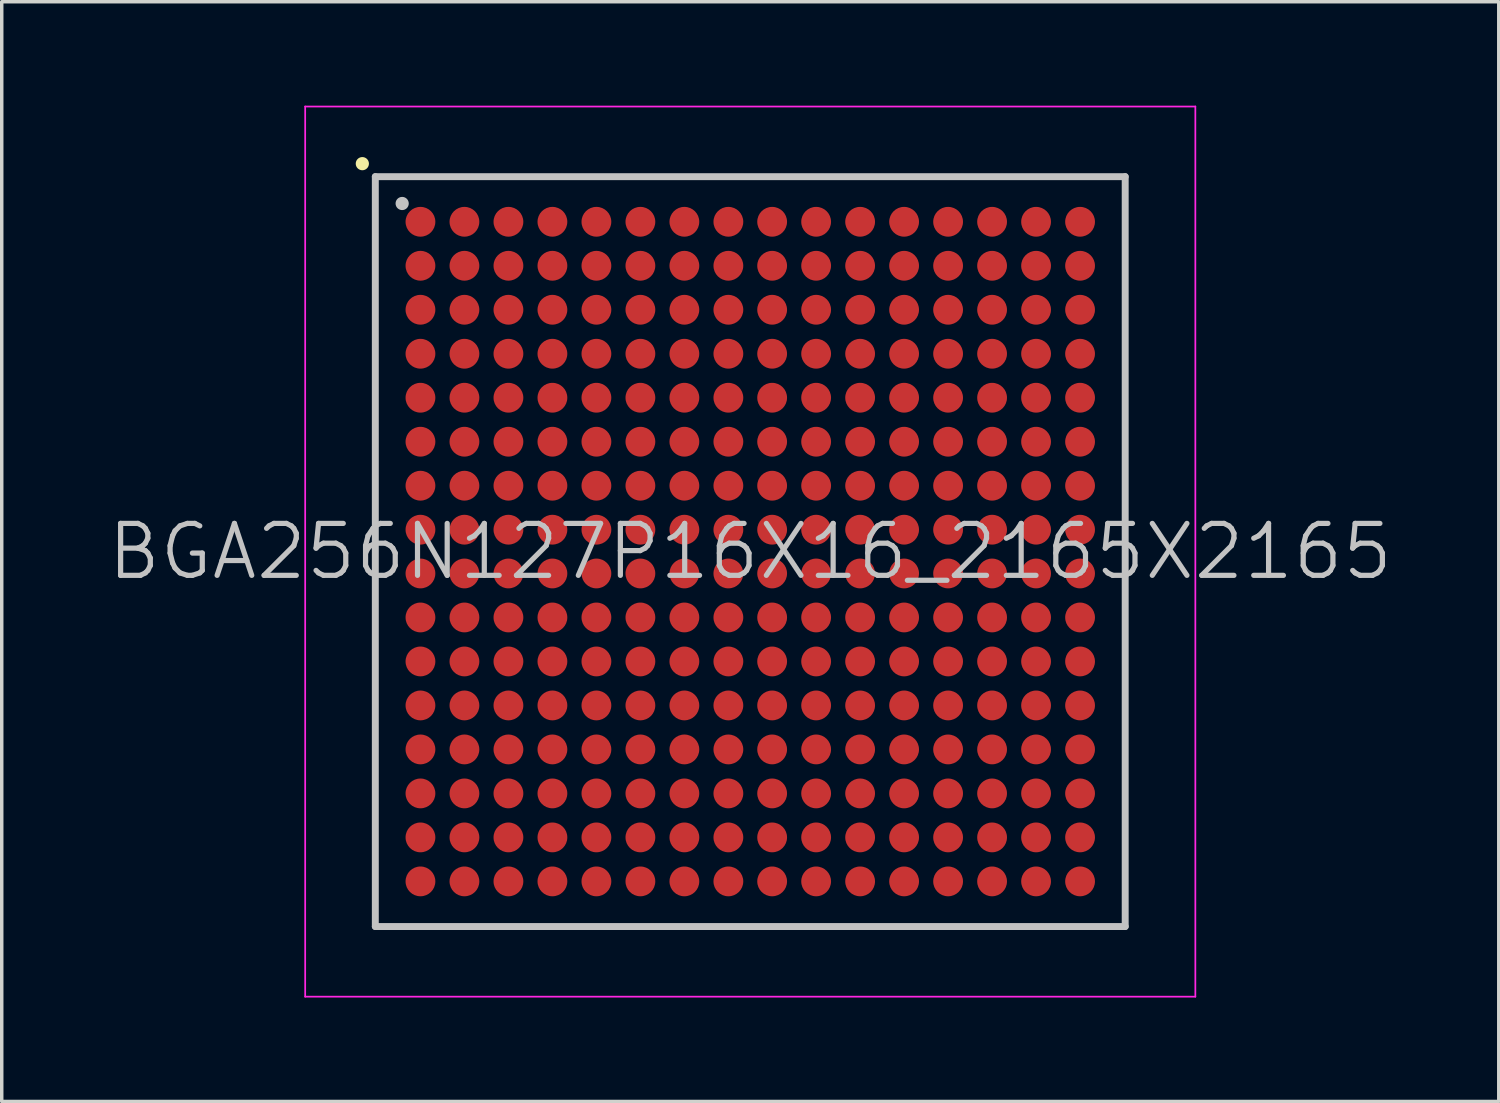
<source format=kicad_pcb>
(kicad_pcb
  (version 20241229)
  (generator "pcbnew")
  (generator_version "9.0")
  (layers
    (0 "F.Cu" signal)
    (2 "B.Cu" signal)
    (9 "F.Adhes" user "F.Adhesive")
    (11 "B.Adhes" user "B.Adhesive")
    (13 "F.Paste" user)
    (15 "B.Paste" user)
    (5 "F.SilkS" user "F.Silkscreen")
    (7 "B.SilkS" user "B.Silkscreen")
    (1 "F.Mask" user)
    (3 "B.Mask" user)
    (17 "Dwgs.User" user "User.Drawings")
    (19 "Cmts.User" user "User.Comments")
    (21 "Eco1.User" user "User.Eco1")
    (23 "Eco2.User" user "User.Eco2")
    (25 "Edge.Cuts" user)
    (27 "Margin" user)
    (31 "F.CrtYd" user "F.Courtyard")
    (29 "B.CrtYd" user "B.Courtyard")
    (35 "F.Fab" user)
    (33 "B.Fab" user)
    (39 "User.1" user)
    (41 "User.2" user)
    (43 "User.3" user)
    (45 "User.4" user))
  (footprint "BGA256N127P16X16_2165X2165"
    (layer "F.Cu")
    (at 18.611 12.875)
    (property "Reference" "BGA256N127P16X16_2165X2165" (at 0 0 0) (layer "Dwgs.User") (effects (font (size 1.5 1.5) (thickness 0.15))))
    (attr smd)
    (fp_line (start -11.2 -11.2) (end -11.2 -11.2) (stroke (width 0.381) (type solid)) (layer "F.SilkS"))
    (fp_line (start -10.825 -10.825) (end -10.825 10.825) (stroke (width 0.2) (type solid)) (layer "Dwgs.User"))
    (fp_line (start -10.825 -10.825) (end 10.825 -10.825) (stroke (width 0.2) (type solid)) (layer "Dwgs.User"))
    (fp_line (start -10.825 10.825) (end 10.825 10.825) (stroke (width 0.2) (type solid)) (layer "Dwgs.User"))
    (fp_line (start -10.05 -10.05) (end -10.05 -10.05) (stroke (width 0.381) (type solid)) (layer "Dwgs.User"))
    (fp_line (start 10.825 -10.825) (end 10.825 10.825) (stroke (width 0.2) (type solid)) (layer "Dwgs.User"))
    (fp_line (start -12.85 -12.85) (end -12.85 12.85) (stroke (width 0.05) (type solid)) (layer "F.CrtYd"))
    (fp_line (start -12.85 -12.85) (end 12.85 -12.85) (stroke (width 0.05) (type solid)) (layer "F.CrtYd"))
    (fp_line (start -12.85 12.85) (end 12.85 12.85) (stroke (width 0.05) (type solid)) (layer "F.CrtYd"))
    (fp_line (start 12.85 -12.85) (end 12.85 12.85) (stroke (width 0.05) (type solid)) (layer "F.CrtYd"))
    (pad "A1" smd circle (at -9.522 -9.522 270) (size 0.86 0.86) (layers "F.Cu" "F.Mask" "F.Paste"))
    (pad "A2" smd circle (at -8.252 -9.522 270) (size 0.86 0.86) (layers "F.Cu" "F.Mask" "F.Paste"))
    (pad "A3" smd circle (at -6.982 -9.522 270) (size 0.86 0.86) (layers "F.Cu" "F.Mask" "F.Paste"))
    (pad "A4" smd circle (at -5.712 -9.522 270) (size 0.86 0.86) (layers "F.Cu" "F.Mask" "F.Paste"))
    (pad "A5" smd circle (at -4.442 -9.522 270) (size 0.86 0.86) (layers "F.Cu" "F.Mask" "F.Paste"))
    (pad "A6" smd circle (at -3.172 -9.522 270) (size 0.86 0.86) (layers "F.Cu" "F.Mask" "F.Paste"))
    (pad "A7" smd circle (at -1.902 -9.522 270) (size 0.86 0.86) (layers "F.Cu" "F.Mask" "F.Paste"))
    (pad "A8" smd circle (at -0.632 -9.522 270) (size 0.86 0.86) (layers "F.Cu" "F.Mask" "F.Paste"))
    (pad "A9" smd circle (at 0.632 -9.522 270) (size 0.86 0.86) (layers "F.Cu" "F.Mask" "F.Paste"))
    (pad "A10" smd circle (at 1.902 -9.522 270) (size 0.86 0.86) (layers "F.Cu" "F.Mask" "F.Paste"))
    (pad "A11" smd circle (at 3.172 -9.522 270) (size 0.86 0.86) (layers "F.Cu" "F.Mask" "F.Paste"))
    (pad "A12" smd circle (at 4.442 -9.522 270) (size 0.86 0.86) (layers "F.Cu" "F.Mask" "F.Paste"))
    (pad "A13" smd circle (at 5.712 -9.522 270) (size 0.86 0.86) (layers "F.Cu" "F.Mask" "F.Paste"))
    (pad "A14" smd circle (at 6.982 -9.522 270) (size 0.86 0.86) (layers "F.Cu" "F.Mask" "F.Paste"))
    (pad "A15" smd circle (at 8.252 -9.522 270) (size 0.86 0.86) (layers "F.Cu" "F.Mask" "F.Paste"))
    (pad "A16" smd circle (at 9.522 -9.522 270) (size 0.86 0.86) (layers "F.Cu" "F.Mask" "F.Paste"))
    (pad "B1" smd circle (at -9.522 -8.252 270) (size 0.86 0.86) (layers "F.Cu" "F.Mask" "F.Paste"))
    (pad "B2" smd circle (at -8.252 -8.252 270) (size 0.86 0.86) (layers "F.Cu" "F.Mask" "F.Paste"))
    (pad "B3" smd circle (at -6.982 -8.252 270) (size 0.86 0.86) (layers "F.Cu" "F.Mask" "F.Paste"))
    (pad "B4" smd circle (at -5.712 -8.252 270) (size 0.86 0.86) (layers "F.Cu" "F.Mask" "F.Paste"))
    (pad "B5" smd circle (at -4.442 -8.252 270) (size 0.86 0.86) (layers "F.Cu" "F.Mask" "F.Paste"))
    (pad "B6" smd circle (at -3.172 -8.252 270) (size 0.86 0.86) (layers "F.Cu" "F.Mask" "F.Paste"))
    (pad "B7" smd circle (at -1.902 -8.252 270) (size 0.86 0.86) (layers "F.Cu" "F.Mask" "F.Paste"))
    (pad "B8" smd circle (at -0.632 -8.252 270) (size 0.86 0.86) (layers "F.Cu" "F.Mask" "F.Paste"))
    (pad "B9" smd circle (at 0.632 -8.252 270) (size 0.86 0.86) (layers "F.Cu" "F.Mask" "F.Paste"))
    (pad "B10" smd circle (at 1.902 -8.252 270) (size 0.86 0.86) (layers "F.Cu" "F.Mask" "F.Paste"))
    (pad "B11" smd circle (at 3.172 -8.252 270) (size 0.86 0.86) (layers "F.Cu" "F.Mask" "F.Paste"))
    (pad "B12" smd circle (at 4.442 -8.252 270) (size 0.86 0.86) (layers "F.Cu" "F.Mask" "F.Paste"))
    (pad "B13" smd circle (at 5.712 -8.252 270) (size 0.86 0.86) (layers "F.Cu" "F.Mask" "F.Paste"))
    (pad "B14" smd circle (at 6.982 -8.252 270) (size 0.86 0.86) (layers "F.Cu" "F.Mask" "F.Paste"))
    (pad "B15" smd circle (at 8.252 -8.252 270) (size 0.86 0.86) (layers "F.Cu" "F.Mask" "F.Paste"))
    (pad "B16" smd circle (at 9.522 -8.252 270) (size 0.86 0.86) (layers "F.Cu" "F.Mask" "F.Paste"))
    (pad "C1" smd circle (at -9.522 -6.982 270) (size 0.86 0.86) (layers "F.Cu" "F.Mask" "F.Paste"))
    (pad "C2" smd circle (at -8.252 -6.982 270) (size 0.86 0.86) (layers "F.Cu" "F.Mask" "F.Paste"))
    (pad "C3" smd circle (at -6.982 -6.982 270) (size 0.86 0.86) (layers "F.Cu" "F.Mask" "F.Paste"))
    (pad "C4" smd circle (at -5.712 -6.982 270) (size 0.86 0.86) (layers "F.Cu" "F.Mask" "F.Paste"))
    (pad "C5" smd circle (at -4.442 -6.982 270) (size 0.86 0.86) (layers "F.Cu" "F.Mask" "F.Paste"))
    (pad "C6" smd circle (at -3.172 -6.982 270) (size 0.86 0.86) (layers "F.Cu" "F.Mask" "F.Paste"))
    (pad "C7" smd circle (at -1.902 -6.982 270) (size 0.86 0.86) (layers "F.Cu" "F.Mask" "F.Paste"))
    (pad "C8" smd circle (at -0.632 -6.982 270) (size 0.86 0.86) (layers "F.Cu" "F.Mask" "F.Paste"))
    (pad "C9" smd circle (at 0.632 -6.982 270) (size 0.86 0.86) (layers "F.Cu" "F.Mask" "F.Paste"))
    (pad "C10" smd circle (at 1.902 -6.982 270) (size 0.86 0.86) (layers "F.Cu" "F.Mask" "F.Paste"))
    (pad "C11" smd circle (at 3.172 -6.982 270) (size 0.86 0.86) (layers "F.Cu" "F.Mask" "F.Paste"))
    (pad "C12" smd circle (at 4.442 -6.982 270) (size 0.86 0.86) (layers "F.Cu" "F.Mask" "F.Paste"))
    (pad "C13" smd circle (at 5.712 -6.982 270) (size 0.86 0.86) (layers "F.Cu" "F.Mask" "F.Paste"))
    (pad "C14" smd circle (at 6.982 -6.982 270) (size 0.86 0.86) (layers "F.Cu" "F.Mask" "F.Paste"))
    (pad "C15" smd circle (at 8.252 -6.982 270) (size 0.86 0.86) (layers "F.Cu" "F.Mask" "F.Paste"))
    (pad "C16" smd circle (at 9.522 -6.982 270) (size 0.86 0.86) (layers "F.Cu" "F.Mask" "F.Paste"))
    (pad "D1" smd circle (at -9.522 -5.712 270) (size 0.86 0.86) (layers "F.Cu" "F.Mask" "F.Paste"))
    (pad "D2" smd circle (at -8.252 -5.712 270) (size 0.86 0.86) (layers "F.Cu" "F.Mask" "F.Paste"))
    (pad "D3" smd circle (at -6.982 -5.712 270) (size 0.86 0.86) (layers "F.Cu" "F.Mask" "F.Paste"))
    (pad "D4" smd circle (at -5.712 -5.712 270) (size 0.86 0.86) (layers "F.Cu" "F.Mask" "F.Paste"))
    (pad "D5" smd circle (at -4.442 -5.712 270) (size 0.86 0.86) (layers "F.Cu" "F.Mask" "F.Paste"))
    (pad "D6" smd circle (at -3.172 -5.712 270) (size 0.86 0.86) (layers "F.Cu" "F.Mask" "F.Paste"))
    (pad "D7" smd circle (at -1.902 -5.712 270) (size 0.86 0.86) (layers "F.Cu" "F.Mask" "F.Paste"))
    (pad "D8" smd circle (at -0.632 -5.712 270) (size 0.86 0.86) (layers "F.Cu" "F.Mask" "F.Paste"))
    (pad "D9" smd circle (at 0.632 -5.712 270) (size 0.86 0.86) (layers "F.Cu" "F.Mask" "F.Paste"))
    (pad "D10" smd circle (at 1.902 -5.712 270) (size 0.86 0.86) (layers "F.Cu" "F.Mask" "F.Paste"))
    (pad "D11" smd circle (at 3.172 -5.712 270) (size 0.86 0.86) (layers "F.Cu" "F.Mask" "F.Paste"))
    (pad "D12" smd circle (at 4.442 -5.712 270) (size 0.86 0.86) (layers "F.Cu" "F.Mask" "F.Paste"))
    (pad "D13" smd circle (at 5.712 -5.712 270) (size 0.86 0.86) (layers "F.Cu" "F.Mask" "F.Paste"))
    (pad "D14" smd circle (at 6.982 -5.712 270) (size 0.86 0.86) (layers "F.Cu" "F.Mask" "F.Paste"))
    (pad "D15" smd circle (at 8.252 -5.712 270) (size 0.86 0.86) (layers "F.Cu" "F.Mask" "F.Paste"))
    (pad "D16" smd circle (at 9.522 -5.712 270) (size 0.86 0.86) (layers "F.Cu" "F.Mask" "F.Paste"))
    (pad "E1" smd circle (at -9.522 -4.442 270) (size 0.86 0.86) (layers "F.Cu" "F.Mask" "F.Paste"))
    (pad "E2" smd circle (at -8.252 -4.442 270) (size 0.86 0.86) (layers "F.Cu" "F.Mask" "F.Paste"))
    (pad "E3" smd circle (at -6.982 -4.442 270) (size 0.86 0.86) (layers "F.Cu" "F.Mask" "F.Paste"))
    (pad "E4" smd circle (at -5.712 -4.442 270) (size 0.86 0.86) (layers "F.Cu" "F.Mask" "F.Paste"))
    (pad "E5" smd circle (at -4.442 -4.442 270) (size 0.86 0.86) (layers "F.Cu" "F.Mask" "F.Paste"))
    (pad "E6" smd circle (at -3.172 -4.442 270) (size 0.86 0.86) (layers "F.Cu" "F.Mask" "F.Paste"))
    (pad "E7" smd circle (at -1.902 -4.442 270) (size 0.86 0.86) (layers "F.Cu" "F.Mask" "F.Paste"))
    (pad "E8" smd circle (at -0.632 -4.442 270) (size 0.86 0.86) (layers "F.Cu" "F.Mask" "F.Paste"))
    (pad "E9" smd circle (at 0.632 -4.442 270) (size 0.86 0.86) (layers "F.Cu" "F.Mask" "F.Paste"))
    (pad "E10" smd circle (at 1.902 -4.442 270) (size 0.86 0.86) (layers "F.Cu" "F.Mask" "F.Paste"))
    (pad "E11" smd circle (at 3.172 -4.442 270) (size 0.86 0.86) (layers "F.Cu" "F.Mask" "F.Paste"))
    (pad "E12" smd circle (at 4.442 -4.442 270) (size 0.86 0.86) (layers "F.Cu" "F.Mask" "F.Paste"))
    (pad "E13" smd circle (at 5.712 -4.442 270) (size 0.86 0.86) (layers "F.Cu" "F.Mask" "F.Paste"))
    (pad "E14" smd circle (at 6.982 -4.442 270) (size 0.86 0.86) (layers "F.Cu" "F.Mask" "F.Paste"))
    (pad "E15" smd circle (at 8.252 -4.442 270) (size 0.86 0.86) (layers "F.Cu" "F.Mask" "F.Paste"))
    (pad "E16" smd circle (at 9.522 -4.442 270) (size 0.86 0.86) (layers "F.Cu" "F.Mask" "F.Paste"))
    (pad "F1" smd circle (at -9.522 -3.172 270) (size 0.86 0.86) (layers "F.Cu" "F.Mask" "F.Paste"))
    (pad "F2" smd circle (at -8.252 -3.172 270) (size 0.86 0.86) (layers "F.Cu" "F.Mask" "F.Paste"))
    (pad "F3" smd circle (at -6.982 -3.172 270) (size 0.86 0.86) (layers "F.Cu" "F.Mask" "F.Paste"))
    (pad "F4" smd circle (at -5.712 -3.172 270) (size 0.86 0.86) (layers "F.Cu" "F.Mask" "F.Paste"))
    (pad "F5" smd circle (at -4.442 -3.172 270) (size 0.86 0.86) (layers "F.Cu" "F.Mask" "F.Paste"))
    (pad "F6" smd circle (at -3.172 -3.172 270) (size 0.86 0.86) (layers "F.Cu" "F.Mask" "F.Paste"))
    (pad "F7" smd circle (at -1.902 -3.172 270) (size 0.86 0.86) (layers "F.Cu" "F.Mask" "F.Paste"))
    (pad "F8" smd circle (at -0.632 -3.172 270) (size 0.86 0.86) (layers "F.Cu" "F.Mask" "F.Paste"))
    (pad "F9" smd circle (at 0.632 -3.172 270) (size 0.86 0.86) (layers "F.Cu" "F.Mask" "F.Paste"))
    (pad "F10" smd circle (at 1.902 -3.172 270) (size 0.86 0.86) (layers "F.Cu" "F.Mask" "F.Paste"))
    (pad "F11" smd circle (at 3.172 -3.172 270) (size 0.86 0.86) (layers "F.Cu" "F.Mask" "F.Paste"))
    (pad "F12" smd circle (at 4.442 -3.172 270) (size 0.86 0.86) (layers "F.Cu" "F.Mask" "F.Paste"))
    (pad "F13" smd circle (at 5.712 -3.172 270) (size 0.86 0.86) (layers "F.Cu" "F.Mask" "F.Paste"))
    (pad "F14" smd circle (at 6.982 -3.172 270) (size 0.86 0.86) (layers "F.Cu" "F.Mask" "F.Paste"))
    (pad "F15" smd circle (at 8.252 -3.172 270) (size 0.86 0.86) (layers "F.Cu" "F.Mask" "F.Paste"))
    (pad "F16" smd circle (at 9.522 -3.172 270) (size 0.86 0.86) (layers "F.Cu" "F.Mask" "F.Paste"))
    (pad "G1" smd circle (at -9.522 -1.902 270) (size 0.86 0.86) (layers "F.Cu" "F.Mask" "F.Paste"))
    (pad "G2" smd circle (at -8.252 -1.902 270) (size 0.86 0.86) (layers "F.Cu" "F.Mask" "F.Paste"))
    (pad "G3" smd circle (at -6.982 -1.902 270) (size 0.86 0.86) (layers "F.Cu" "F.Mask" "F.Paste"))
    (pad "G4" smd circle (at -5.712 -1.902 270) (size 0.86 0.86) (layers "F.Cu" "F.Mask" "F.Paste"))
    (pad "G5" smd circle (at -4.442 -1.902 270) (size 0.86 0.86) (layers "F.Cu" "F.Mask" "F.Paste"))
    (pad "G6" smd circle (at -3.172 -1.902 270) (size 0.86 0.86) (layers "F.Cu" "F.Mask" "F.Paste"))
    (pad "G7" smd circle (at -1.902 -1.902 270) (size 0.86 0.86) (layers "F.Cu" "F.Mask" "F.Paste"))
    (pad "G8" smd circle (at -0.632 -1.902 270) (size 0.86 0.86) (layers "F.Cu" "F.Mask" "F.Paste"))
    (pad "G9" smd circle (at 0.632 -1.902 270) (size 0.86 0.86) (layers "F.Cu" "F.Mask" "F.Paste"))
    (pad "G10" smd circle (at 1.902 -1.902 270) (size 0.86 0.86) (layers "F.Cu" "F.Mask" "F.Paste"))
    (pad "G11" smd circle (at 3.172 -1.902 270) (size 0.86 0.86) (layers "F.Cu" "F.Mask" "F.Paste"))
    (pad "G12" smd circle (at 4.442 -1.902 270) (size 0.86 0.86) (layers "F.Cu" "F.Mask" "F.Paste"))
    (pad "G13" smd circle (at 5.712 -1.902 270) (size 0.86 0.86) (layers "F.Cu" "F.Mask" "F.Paste"))
    (pad "G14" smd circle (at 6.982 -1.902 270) (size 0.86 0.86) (layers "F.Cu" "F.Mask" "F.Paste"))
    (pad "G15" smd circle (at 8.252 -1.902 270) (size 0.86 0.86) (layers "F.Cu" "F.Mask" "F.Paste"))
    (pad "G16" smd circle (at 9.522 -1.902 270) (size 0.86 0.86) (layers "F.Cu" "F.Mask" "F.Paste"))
    (pad "H1" smd circle (at -9.522 -0.632 270) (size 0.86 0.86) (layers "F.Cu" "F.Mask" "F.Paste"))
    (pad "H2" smd circle (at -8.252 -0.632 270) (size 0.86 0.86) (layers "F.Cu" "F.Mask" "F.Paste"))
    (pad "H3" smd circle (at -6.982 -0.632 270) (size 0.86 0.86) (layers "F.Cu" "F.Mask" "F.Paste"))
    (pad "H4" smd circle (at -5.712 -0.632 270) (size 0.86 0.86) (layers "F.Cu" "F.Mask" "F.Paste"))
    (pad "H5" smd circle (at -4.442 -0.632 270) (size 0.86 0.86) (layers "F.Cu" "F.Mask" "F.Paste"))
    (pad "H6" smd circle (at -3.172 -0.632 270) (size 0.86 0.86) (layers "F.Cu" "F.Mask" "F.Paste"))
    (pad "H7" smd circle (at -1.902 -0.632 270) (size 0.86 0.86) (layers "F.Cu" "F.Mask" "F.Paste"))
    (pad "H8" smd circle (at -0.632 -0.632 270) (size 0.86 0.86) (layers "F.Cu" "F.Mask" "F.Paste"))
    (pad "H9" smd circle (at 0.632 -0.632 270) (size 0.86 0.86) (layers "F.Cu" "F.Mask" "F.Paste"))
    (pad "H10" smd circle (at 1.902 -0.632 270) (size 0.86 0.86) (layers "F.Cu" "F.Mask" "F.Paste"))
    (pad "H11" smd circle (at 3.172 -0.632 270) (size 0.86 0.86) (layers "F.Cu" "F.Mask" "F.Paste"))
    (pad "H12" smd circle (at 4.442 -0.632 270) (size 0.86 0.86) (layers "F.Cu" "F.Mask" "F.Paste"))
    (pad "H13" smd circle (at 5.712 -0.632 270) (size 0.86 0.86) (layers "F.Cu" "F.Mask" "F.Paste"))
    (pad "H14" smd circle (at 6.982 -0.632 270) (size 0.86 0.86) (layers "F.Cu" "F.Mask" "F.Paste"))
    (pad "H15" smd circle (at 8.252 -0.632 270) (size 0.86 0.86) (layers "F.Cu" "F.Mask" "F.Paste"))
    (pad "H16" smd circle (at 9.522 -0.632 270) (size 0.86 0.86) (layers "F.Cu" "F.Mask" "F.Paste"))
    (pad "J1" smd circle (at -9.522 0.632 270) (size 0.86 0.86) (layers "F.Cu" "F.Mask" "F.Paste"))
    (pad "J2" smd circle (at -8.252 0.632 270) (size 0.86 0.86) (layers "F.Cu" "F.Mask" "F.Paste"))
    (pad "J3" smd circle (at -6.982 0.632 270) (size 0.86 0.86) (layers "F.Cu" "F.Mask" "F.Paste"))
    (pad "J4" smd circle (at -5.712 0.632 270) (size 0.86 0.86) (layers "F.Cu" "F.Mask" "F.Paste"))
    (pad "J5" smd circle (at -4.442 0.632 270) (size 0.86 0.86) (layers "F.Cu" "F.Mask" "F.Paste"))
    (pad "J6" smd circle (at -3.172 0.632 270) (size 0.86 0.86) (layers "F.Cu" "F.Mask" "F.Paste"))
    (pad "J7" smd circle (at -1.902 0.632 270) (size 0.86 0.86) (layers "F.Cu" "F.Mask" "F.Paste"))
    (pad "J8" smd circle (at -0.632 0.632 270) (size 0.86 0.86) (layers "F.Cu" "F.Mask" "F.Paste"))
    (pad "J9" smd circle (at 0.632 0.632 270) (size 0.86 0.86) (layers "F.Cu" "F.Mask" "F.Paste"))
    (pad "J10" smd circle (at 1.902 0.632 270) (size 0.86 0.86) (layers "F.Cu" "F.Mask" "F.Paste"))
    (pad "J11" smd circle (at 3.172 0.632 270) (size 0.86 0.86) (layers "F.Cu" "F.Mask" "F.Paste"))
    (pad "J12" smd circle (at 4.442 0.632 270) (size 0.86 0.86) (layers "F.Cu" "F.Mask" "F.Paste"))
    (pad "J13" smd circle (at 5.712 0.632 270) (size 0.86 0.86) (layers "F.Cu" "F.Mask" "F.Paste"))
    (pad "J14" smd circle (at 6.982 0.632 270) (size 0.86 0.86) (layers "F.Cu" "F.Mask" "F.Paste"))
    (pad "J15" smd circle (at 8.252 0.632 270) (size 0.86 0.86) (layers "F.Cu" "F.Mask" "F.Paste"))
    (pad "J16" smd circle (at 9.522 0.632 270) (size 0.86 0.86) (layers "F.Cu" "F.Mask" "F.Paste"))
    (pad "K1" smd circle (at -9.522 1.902 270) (size 0.86 0.86) (layers "F.Cu" "F.Mask" "F.Paste"))
    (pad "K2" smd circle (at -8.252 1.902 270) (size 0.86 0.86) (layers "F.Cu" "F.Mask" "F.Paste"))
    (pad "K3" smd circle (at -6.982 1.902 270) (size 0.86 0.86) (layers "F.Cu" "F.Mask" "F.Paste"))
    (pad "K4" smd circle (at -5.712 1.902 270) (size 0.86 0.86) (layers "F.Cu" "F.Mask" "F.Paste"))
    (pad "K5" smd circle (at -4.442 1.902 270) (size 0.86 0.86) (layers "F.Cu" "F.Mask" "F.Paste"))
    (pad "K6" smd circle (at -3.172 1.902 270) (size 0.86 0.86) (layers "F.Cu" "F.Mask" "F.Paste"))
    (pad "K7" smd circle (at -1.902 1.902 270) (size 0.86 0.86) (layers "F.Cu" "F.Mask" "F.Paste"))
    (pad "K8" smd circle (at -0.632 1.902 270) (size 0.86 0.86) (layers "F.Cu" "F.Mask" "F.Paste"))
    (pad "K9" smd circle (at 0.632 1.902 270) (size 0.86 0.86) (layers "F.Cu" "F.Mask" "F.Paste"))
    (pad "K10" smd circle (at 1.902 1.902 270) (size 0.86 0.86) (layers "F.Cu" "F.Mask" "F.Paste"))
    (pad "K11" smd circle (at 3.172 1.902 270) (size 0.86 0.86) (layers "F.Cu" "F.Mask" "F.Paste"))
    (pad "K12" smd circle (at 4.442 1.902 270) (size 0.86 0.86) (layers "F.Cu" "F.Mask" "F.Paste"))
    (pad "K13" smd circle (at 5.712 1.902 270) (size 0.86 0.86) (layers "F.Cu" "F.Mask" "F.Paste"))
    (pad "K14" smd circle (at 6.982 1.902 270) (size 0.86 0.86) (layers "F.Cu" "F.Mask" "F.Paste"))
    (pad "K15" smd circle (at 8.252 1.902 270) (size 0.86 0.86) (layers "F.Cu" "F.Mask" "F.Paste"))
    (pad "K16" smd circle (at 9.522 1.902 270) (size 0.86 0.86) (layers "F.Cu" "F.Mask" "F.Paste"))
    (pad "L1" smd circle (at -9.522 3.172 270) (size 0.86 0.86) (layers "F.Cu" "F.Mask" "F.Paste"))
    (pad "L2" smd circle (at -8.252 3.172 270) (size 0.86 0.86) (layers "F.Cu" "F.Mask" "F.Paste"))
    (pad "L3" smd circle (at -6.982 3.172 270) (size 0.86 0.86) (layers "F.Cu" "F.Mask" "F.Paste"))
    (pad "L4" smd circle (at -5.712 3.172 270) (size 0.86 0.86) (layers "F.Cu" "F.Mask" "F.Paste"))
    (pad "L5" smd circle (at -4.442 3.172 270) (size 0.86 0.86) (layers "F.Cu" "F.Mask" "F.Paste"))
    (pad "L6" smd circle (at -3.172 3.172 270) (size 0.86 0.86) (layers "F.Cu" "F.Mask" "F.Paste"))
    (pad "L7" smd circle (at -1.902 3.172 270) (size 0.86 0.86) (layers "F.Cu" "F.Mask" "F.Paste"))
    (pad "L8" smd circle (at -0.632 3.172 270) (size 0.86 0.86) (layers "F.Cu" "F.Mask" "F.Paste"))
    (pad "L9" smd circle (at 0.632 3.172 270) (size 0.86 0.86) (layers "F.Cu" "F.Mask" "F.Paste"))
    (pad "L10" smd circle (at 1.902 3.172 270) (size 0.86 0.86) (layers "F.Cu" "F.Mask" "F.Paste"))
    (pad "L11" smd circle (at 3.172 3.172 270) (size 0.86 0.86) (layers "F.Cu" "F.Mask" "F.Paste"))
    (pad "L12" smd circle (at 4.442 3.172 270) (size 0.86 0.86) (layers "F.Cu" "F.Mask" "F.Paste"))
    (pad "L13" smd circle (at 5.712 3.172 270) (size 0.86 0.86) (layers "F.Cu" "F.Mask" "F.Paste"))
    (pad "L14" smd circle (at 6.982 3.172 270) (size 0.86 0.86) (layers "F.Cu" "F.Mask" "F.Paste"))
    (pad "L15" smd circle (at 8.252 3.172 270) (size 0.86 0.86) (layers "F.Cu" "F.Mask" "F.Paste"))
    (pad "L16" smd circle (at 9.522 3.172 270) (size 0.86 0.86) (layers "F.Cu" "F.Mask" "F.Paste"))
    (pad "M1" smd circle (at -9.522 4.442 270) (size 0.86 0.86) (layers "F.Cu" "F.Mask" "F.Paste"))
    (pad "M2" smd circle (at -8.252 4.442 270) (size 0.86 0.86) (layers "F.Cu" "F.Mask" "F.Paste"))
    (pad "M3" smd circle (at -6.982 4.442 270) (size 0.86 0.86) (layers "F.Cu" "F.Mask" "F.Paste"))
    (pad "M4" smd circle (at -5.712 4.442 270) (size 0.86 0.86) (layers "F.Cu" "F.Mask" "F.Paste"))
    (pad "M5" smd circle (at -4.442 4.442 270) (size 0.86 0.86) (layers "F.Cu" "F.Mask" "F.Paste"))
    (pad "M6" smd circle (at -3.172 4.442 270) (size 0.86 0.86) (layers "F.Cu" "F.Mask" "F.Paste"))
    (pad "M7" smd circle (at -1.902 4.442 270) (size 0.86 0.86) (layers "F.Cu" "F.Mask" "F.Paste"))
    (pad "M8" smd circle (at -0.632 4.442 270) (size 0.86 0.86) (layers "F.Cu" "F.Mask" "F.Paste"))
    (pad "M9" smd circle (at 0.632 4.442 270) (size 0.86 0.86) (layers "F.Cu" "F.Mask" "F.Paste"))
    (pad "M10" smd circle (at 1.902 4.442 270) (size 0.86 0.86) (layers "F.Cu" "F.Mask" "F.Paste"))
    (pad "M11" smd circle (at 3.172 4.442 270) (size 0.86 0.86) (layers "F.Cu" "F.Mask" "F.Paste"))
    (pad "M12" smd circle (at 4.442 4.442 270) (size 0.86 0.86) (layers "F.Cu" "F.Mask" "F.Paste"))
    (pad "M13" smd circle (at 5.712 4.442 270) (size 0.86 0.86) (layers "F.Cu" "F.Mask" "F.Paste"))
    (pad "M14" smd circle (at 6.982 4.442 270) (size 0.86 0.86) (layers "F.Cu" "F.Mask" "F.Paste"))
    (pad "M15" smd circle (at 8.252 4.442 270) (size 0.86 0.86) (layers "F.Cu" "F.Mask" "F.Paste"))
    (pad "M16" smd circle (at 9.522 4.442 270) (size 0.86 0.86) (layers "F.Cu" "F.Mask" "F.Paste"))
    (pad "N1" smd circle (at -9.522 5.712 270) (size 0.86 0.86) (layers "F.Cu" "F.Mask" "F.Paste"))
    (pad "N2" smd circle (at -8.252 5.712 270) (size 0.86 0.86) (layers "F.Cu" "F.Mask" "F.Paste"))
    (pad "N3" smd circle (at -6.982 5.712 270) (size 0.86 0.86) (layers "F.Cu" "F.Mask" "F.Paste"))
    (pad "N4" smd circle (at -5.712 5.712 270) (size 0.86 0.86) (layers "F.Cu" "F.Mask" "F.Paste"))
    (pad "N5" smd circle (at -4.442 5.712 270) (size 0.86 0.86) (layers "F.Cu" "F.Mask" "F.Paste"))
    (pad "N6" smd circle (at -3.172 5.712 270) (size 0.86 0.86) (layers "F.Cu" "F.Mask" "F.Paste"))
    (pad "N7" smd circle (at -1.902 5.712 270) (size 0.86 0.86) (layers "F.Cu" "F.Mask" "F.Paste"))
    (pad "N8" smd circle (at -0.632 5.712 270) (size 0.86 0.86) (layers "F.Cu" "F.Mask" "F.Paste"))
    (pad "N9" smd circle (at 0.632 5.712 270) (size 0.86 0.86) (layers "F.Cu" "F.Mask" "F.Paste"))
    (pad "N10" smd circle (at 1.902 5.712 270) (size 0.86 0.86) (layers "F.Cu" "F.Mask" "F.Paste"))
    (pad "N11" smd circle (at 3.172 5.712 270) (size 0.86 0.86) (layers "F.Cu" "F.Mask" "F.Paste"))
    (pad "N12" smd circle (at 4.442 5.712 270) (size 0.86 0.86) (layers "F.Cu" "F.Mask" "F.Paste"))
    (pad "N13" smd circle (at 5.712 5.712 270) (size 0.86 0.86) (layers "F.Cu" "F.Mask" "F.Paste"))
    (pad "N14" smd circle (at 6.982 5.712 270) (size 0.86 0.86) (layers "F.Cu" "F.Mask" "F.Paste"))
    (pad "N15" smd circle (at 8.252 5.712 270) (size 0.86 0.86) (layers "F.Cu" "F.Mask" "F.Paste"))
    (pad "N16" smd circle (at 9.522 5.712 270) (size 0.86 0.86) (layers "F.Cu" "F.Mask" "F.Paste"))
    (pad "P1" smd circle (at -9.522 6.982 270) (size 0.86 0.86) (layers "F.Cu" "F.Mask" "F.Paste"))
    (pad "P2" smd circle (at -8.252 6.982 270) (size 0.86 0.86) (layers "F.Cu" "F.Mask" "F.Paste"))
    (pad "P3" smd circle (at -6.982 6.982 270) (size 0.86 0.86) (layers "F.Cu" "F.Mask" "F.Paste"))
    (pad "P4" smd circle (at -5.712 6.982 270) (size 0.86 0.86) (layers "F.Cu" "F.Mask" "F.Paste"))
    (pad "P5" smd circle (at -4.442 6.982 270) (size 0.86 0.86) (layers "F.Cu" "F.Mask" "F.Paste"))
    (pad "P6" smd circle (at -3.172 6.982 270) (size 0.86 0.86) (layers "F.Cu" "F.Mask" "F.Paste"))
    (pad "P7" smd circle (at -1.902 6.982 270) (size 0.86 0.86) (layers "F.Cu" "F.Mask" "F.Paste"))
    (pad "P8" smd circle (at -0.632 6.982 270) (size 0.86 0.86) (layers "F.Cu" "F.Mask" "F.Paste"))
    (pad "P9" smd circle (at 0.632 6.982 270) (size 0.86 0.86) (layers "F.Cu" "F.Mask" "F.Paste"))
    (pad "P10" smd circle (at 1.902 6.982 270) (size 0.86 0.86) (layers "F.Cu" "F.Mask" "F.Paste"))
    (pad "P11" smd circle (at 3.172 6.982 270) (size 0.86 0.86) (layers "F.Cu" "F.Mask" "F.Paste"))
    (pad "P12" smd circle (at 4.442 6.982 270) (size 0.86 0.86) (layers "F.Cu" "F.Mask" "F.Paste"))
    (pad "P13" smd circle (at 5.712 6.982 270) (size 0.86 0.86) (layers "F.Cu" "F.Mask" "F.Paste"))
    (pad "P14" smd circle (at 6.982 6.982 270) (size 0.86 0.86) (layers "F.Cu" "F.Mask" "F.Paste"))
    (pad "P15" smd circle (at 8.252 6.982 270) (size 0.86 0.86) (layers "F.Cu" "F.Mask" "F.Paste"))
    (pad "P16" smd circle (at 9.522 6.982 270) (size 0.86 0.86) (layers "F.Cu" "F.Mask" "F.Paste"))
    (pad "R1" smd circle (at -9.522 8.252 270) (size 0.86 0.86) (layers "F.Cu" "F.Mask" "F.Paste"))
    (pad "R2" smd circle (at -8.252 8.252 270) (size 0.86 0.86) (layers "F.Cu" "F.Mask" "F.Paste"))
    (pad "R3" smd circle (at -6.982 8.252 270) (size 0.86 0.86) (layers "F.Cu" "F.Mask" "F.Paste"))
    (pad "R4" smd circle (at -5.712 8.252 270) (size 0.86 0.86) (layers "F.Cu" "F.Mask" "F.Paste"))
    (pad "R5" smd circle (at -4.442 8.252 270) (size 0.86 0.86) (layers "F.Cu" "F.Mask" "F.Paste"))
    (pad "R6" smd circle (at -3.172 8.252 270) (size 0.86 0.86) (layers "F.Cu" "F.Mask" "F.Paste"))
    (pad "R7" smd circle (at -1.902 8.252 270) (size 0.86 0.86) (layers "F.Cu" "F.Mask" "F.Paste"))
    (pad "R8" smd circle (at -0.632 8.252 270) (size 0.86 0.86) (layers "F.Cu" "F.Mask" "F.Paste"))
    (pad "R9" smd circle (at 0.632 8.252 270) (size 0.86 0.86) (layers "F.Cu" "F.Mask" "F.Paste"))
    (pad "R10" smd circle (at 1.902 8.252 270) (size 0.86 0.86) (layers "F.Cu" "F.Mask" "F.Paste"))
    (pad "R11" smd circle (at 3.172 8.252 270) (size 0.86 0.86) (layers "F.Cu" "F.Mask" "F.Paste"))
    (pad "R12" smd circle (at 4.442 8.252 270) (size 0.86 0.86) (layers "F.Cu" "F.Mask" "F.Paste"))
    (pad "R13" smd circle (at 5.712 8.252 270) (size 0.86 0.86) (layers "F.Cu" "F.Mask" "F.Paste"))
    (pad "R14" smd circle (at 6.982 8.252 270) (size 0.86 0.86) (layers "F.Cu" "F.Mask" "F.Paste"))
    (pad "R15" smd circle (at 8.252 8.252 270) (size 0.86 0.86) (layers "F.Cu" "F.Mask" "F.Paste"))
    (pad "R16" smd circle (at 9.522 8.252 270) (size 0.86 0.86) (layers "F.Cu" "F.Mask" "F.Paste"))
    (pad "T1" smd circle (at -9.522 9.522 270) (size 0.86 0.86) (layers "F.Cu" "F.Mask" "F.Paste"))
    (pad "T2" smd circle (at -8.252 9.522 270) (size 0.86 0.86) (layers "F.Cu" "F.Mask" "F.Paste"))
    (pad "T3" smd circle (at -6.982 9.522 270) (size 0.86 0.86) (layers "F.Cu" "F.Mask" "F.Paste"))
    (pad "T4" smd circle (at -5.712 9.522 270) (size 0.86 0.86) (layers "F.Cu" "F.Mask" "F.Paste"))
    (pad "T5" smd circle (at -4.442 9.522 270) (size 0.86 0.86) (layers "F.Cu" "F.Mask" "F.Paste"))
    (pad "T6" smd circle (at -3.172 9.522 270) (size 0.86 0.86) (layers "F.Cu" "F.Mask" "F.Paste"))
    (pad "T7" smd circle (at -1.902 9.522 270) (size 0.86 0.86) (layers "F.Cu" "F.Mask" "F.Paste"))
    (pad "T8" smd circle (at -0.632 9.522 270) (size 0.86 0.86) (layers "F.Cu" "F.Mask" "F.Paste"))
    (pad "T9" smd circle (at 0.632 9.522 270) (size 0.86 0.86) (layers "F.Cu" "F.Mask" "F.Paste"))
    (pad "T10" smd circle (at 1.902 9.522 270) (size 0.86 0.86) (layers "F.Cu" "F.Mask" "F.Paste"))
    (pad "T11" smd circle (at 3.172 9.522 270) (size 0.86 0.86) (layers "F.Cu" "F.Mask" "F.Paste"))
    (pad "T12" smd circle (at 4.442 9.522 270) (size 0.86 0.86) (layers "F.Cu" "F.Mask" "F.Paste"))
    (pad "T13" smd circle (at 5.712 9.522 270) (size 0.86 0.86) (layers "F.Cu" "F.Mask" "F.Paste"))
    (pad "T14" smd circle (at 6.982 9.522 270) (size 0.86 0.86) (layers "F.Cu" "F.Mask" "F.Paste"))
    (pad "T15" smd circle (at 8.252 9.522 270) (size 0.86 0.86) (layers "F.Cu" "F.Mask" "F.Paste"))
    (pad "T16" smd circle (at 9.522 9.522 270) (size 0.86 0.86) (layers "F.Cu" "F.Mask" "F.Paste")))
  (gr_rect
    (start -3 -3)
    (end 40.221 28.75)
    (stroke (width 0.1) (type default))
    (fill no)
    (layer "Edge.Cuts")))
</source>
